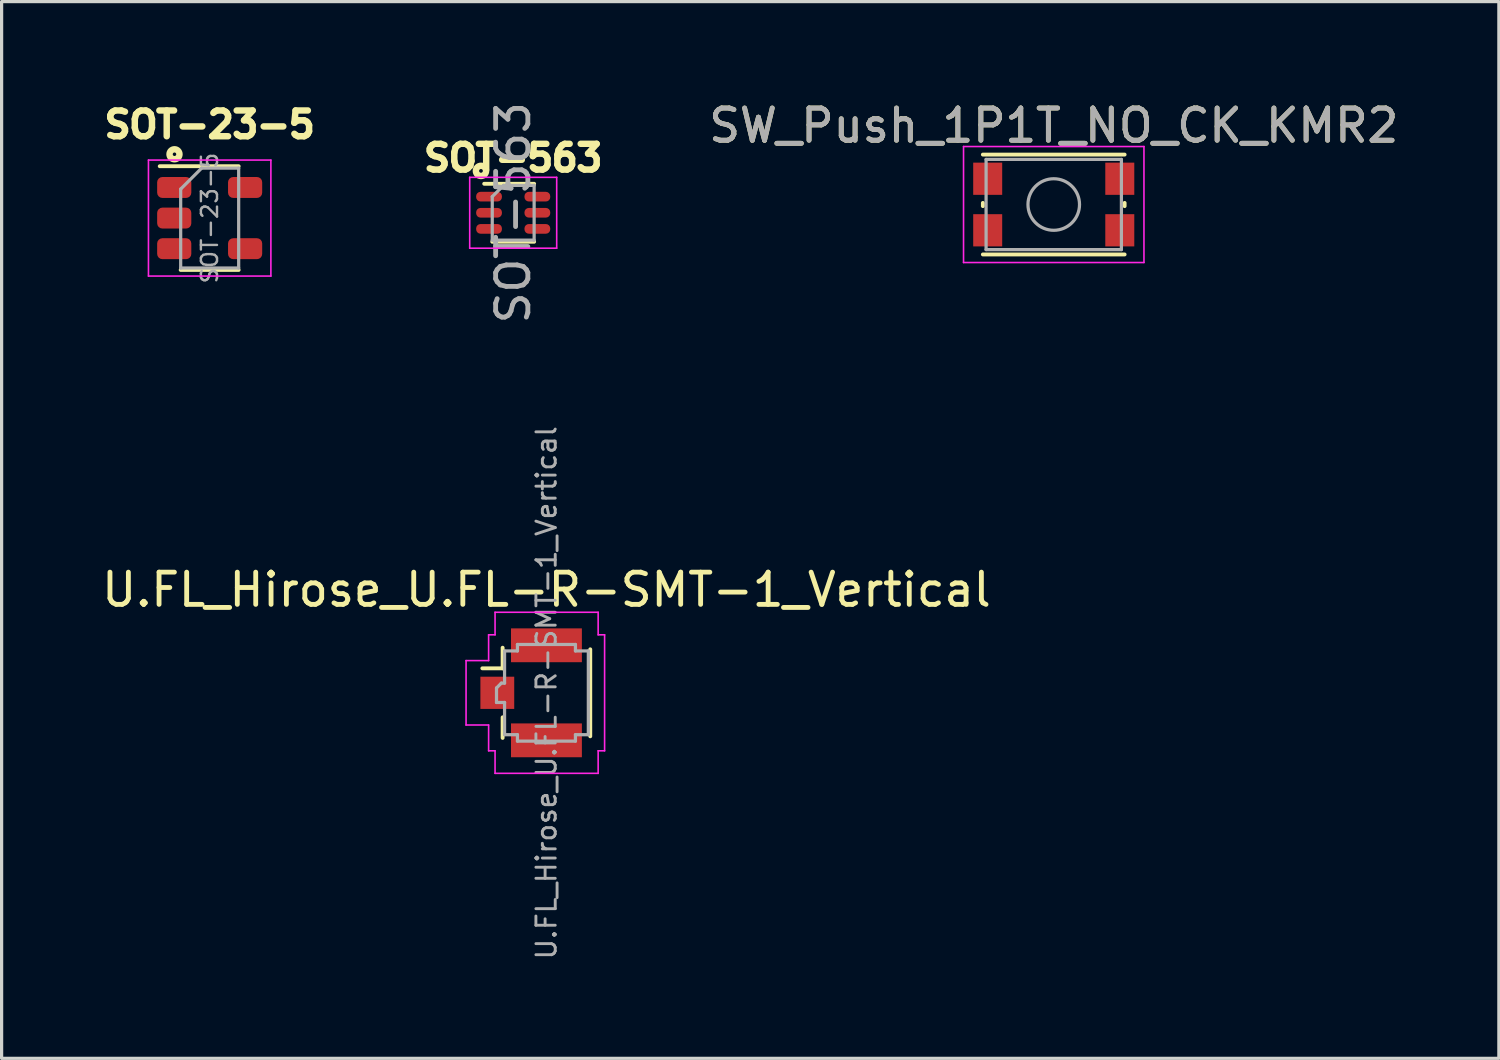
<source format=kicad_pcb>
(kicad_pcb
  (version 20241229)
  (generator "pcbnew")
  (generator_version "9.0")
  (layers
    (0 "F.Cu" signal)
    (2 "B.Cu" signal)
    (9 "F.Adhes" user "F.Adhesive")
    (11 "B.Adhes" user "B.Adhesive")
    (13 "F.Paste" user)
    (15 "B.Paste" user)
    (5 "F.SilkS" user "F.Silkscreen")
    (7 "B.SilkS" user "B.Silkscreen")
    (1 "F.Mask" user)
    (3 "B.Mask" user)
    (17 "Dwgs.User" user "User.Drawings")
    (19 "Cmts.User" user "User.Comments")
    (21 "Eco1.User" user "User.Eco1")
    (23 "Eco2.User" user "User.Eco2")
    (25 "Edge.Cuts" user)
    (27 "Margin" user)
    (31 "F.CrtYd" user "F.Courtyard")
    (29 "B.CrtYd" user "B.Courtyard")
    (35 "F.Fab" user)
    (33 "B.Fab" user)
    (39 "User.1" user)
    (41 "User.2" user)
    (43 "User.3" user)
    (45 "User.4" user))
  (footprint "SW_Push_1P1T_NO_CK_KMR2"
    (layer "F.Cu")
    (at 29.657 3.298)
    (property "Reference" "SW_Push_1P1T_NO_CK_KMR2" (at 0 -2.45 0) (layer "F.SilkS") (effects (font (size 1 1) (thickness 0.15))))
    (attr smd)
    (fp_line (start -2.2 0.05) (end -2.2 -0.05) (stroke (width 0.12) (type solid)) (layer "F.SilkS"))
    (fp_line (start -2.2 1.55) (end 2.2 1.55) (stroke (width 0.12) (type solid)) (layer "F.SilkS"))
    (fp_line (start 2.2 -1.55) (end -2.2 -1.55) (stroke (width 0.12) (type solid)) (layer "F.SilkS"))
    (fp_line (start 2.2 0.05) (end 2.2 -0.05) (stroke (width 0.12) (type solid)) (layer "F.SilkS"))
    (fp_line (start -2.8 -1.8) (end 2.8 -1.8) (stroke (width 0.05) (type solid)) (layer "F.CrtYd"))
    (fp_line (start -2.8 1.8) (end -2.8 -1.8) (stroke (width 0.05) (type solid)) (layer "F.CrtYd"))
    (fp_line (start 2.8 -1.8) (end 2.8 1.8) (stroke (width 0.05) (type solid)) (layer "F.CrtYd"))
    (fp_line (start 2.8 1.8) (end -2.8 1.8) (stroke (width 0.05) (type solid)) (layer "F.CrtYd"))
    (fp_line (start -2.1 -1.4) (end 2.1 -1.4) (stroke (width 0.1) (type solid)) (layer "F.Fab"))
    (fp_line (start -2.1 1.4) (end -2.1 -1.4) (stroke (width 0.1) (type solid)) (layer "F.Fab"))
    (fp_line (start 2.1 -1.4) (end 2.1 1.4) (stroke (width 0.1) (type solid)) (layer "F.Fab"))
    (fp_line (start 2.1 1.4) (end -2.1 1.4) (stroke (width 0.1) (type solid)) (layer "F.Fab"))
    (fp_circle (center 0 0) (end 0 0.8) (stroke (width 0.1) (type solid)) (fill no) (layer "F.Fab"))
    (fp_text user "${REFERENCE}" (at 0 -2.45 0) (layer "F.Fab") (effects (font (size 1 1) (thickness 0.15))))
    (pad "1" smd rect (at -2.05 -0.8) (size 0.9 1) (layers "F.Cu" "F.Mask" "F.Paste"))
    (pad "1" smd rect (at 2.05 -0.8) (size 0.9 1) (layers "F.Cu" "F.Mask" "F.Paste"))
    (pad "2" smd rect (at -2.05 0.8) (size 0.9 1) (layers "F.Cu" "F.Mask" "F.Paste"))
    (pad "2" smd rect (at 2.05 0.8) (size 0.9 1) (layers "F.Cu" "F.Mask" "F.Paste")))
  (footprint "U.FL_Hirose_U.FL-R-SMT-1_Vertical"
    (layer "F.Cu")
    (at 13.436 18.454)
    (property "Reference" "U.FL_Hirose_U.FL-R-SMT-1_Vertical" (at 0.475 -3.2 0) (layer "F.SilkS") (effects (font (size 1 1) (thickness 0.15))))
    (attr smd)
    (fp_line (start -0.885 -1.4) (end -0.885 -0.76) (stroke (width 0.12) (type solid)) (layer "F.SilkS"))
    (fp_line (start -0.885 -0.76) (end -1.515 -0.76) (stroke (width 0.12) (type solid)) (layer "F.SilkS"))
    (fp_line (start -0.885 1.4) (end -0.885 0.76) (stroke (width 0.12) (type solid)) (layer "F.SilkS"))
    (fp_line (start 1.835 -1.35) (end 1.835 1.35) (stroke (width 0.12) (type solid)) (layer "F.SilkS"))
    (fp_line (start -2.02 1) (end -2.02 -1) (stroke (width 0.05) (type solid)) (layer "F.CrtYd"))
    (fp_line (start -1.32 -1.8) (end -1.12 -1.8) (stroke (width 0.05) (type solid)) (layer "F.CrtYd"))
    (fp_line (start -1.32 -1) (end -2.02 -1) (stroke (width 0.05) (type solid)) (layer "F.CrtYd"))
    (fp_line (start -1.32 -1) (end -1.32 -1.8) (stroke (width 0.05) (type solid)) (layer "F.CrtYd"))
    (fp_line (start -1.32 1) (end -2.02 1) (stroke (width 0.05) (type solid)) (layer "F.CrtYd"))
    (fp_line (start -1.32 1.8) (end -1.32 1) (stroke (width 0.05) (type solid)) (layer "F.CrtYd"))
    (fp_line (start -1.32 1.8) (end -1.12 1.8) (stroke (width 0.05) (type solid)) (layer "F.CrtYd"))
    (fp_line (start -1.12 -1.8) (end -1.12 -2.5) (stroke (width 0.05) (type solid)) (layer "F.CrtYd"))
    (fp_line (start -1.12 2.5) (end -1.12 1.8) (stroke (width 0.05) (type solid)) (layer "F.CrtYd"))
    (fp_line (start 2.08 -2.5) (end -1.12 -2.5) (stroke (width 0.05) (type solid)) (layer "F.CrtYd"))
    (fp_line (start 2.08 -1.8) (end 2.08 -2.5) (stroke (width 0.05) (type solid)) (layer "F.CrtYd"))
    (fp_line (start 2.08 -1.8) (end 2.28 -1.8) (stroke (width 0.05) (type solid)) (layer "F.CrtYd"))
    (fp_line (start 2.08 1.8) (end 2.28 1.8) (stroke (width 0.05) (type solid)) (layer "F.CrtYd"))
    (fp_line (start 2.08 2.5) (end -1.12 2.5) (stroke (width 0.05) (type solid)) (layer "F.CrtYd"))
    (fp_line (start 2.08 2.5) (end 2.08 1.8) (stroke (width 0.05) (type solid)) (layer "F.CrtYd"))
    (fp_line (start 2.28 1.8) (end 2.28 -1.8) (stroke (width 0.05) (type solid)) (layer "F.CrtYd"))
    (fp_line (start -1.075 0.3) (end -1.075 -0.15) (stroke (width 0.1) (type solid)) (layer "F.Fab"))
    (fp_line (start -1.075 0.3) (end -0.825 0.3) (stroke (width 0.1) (type solid)) (layer "F.Fab"))
    (fp_line (start -0.925 -0.3) (end -1.075 -0.15) (stroke (width 0.1) (type solid)) (layer "F.Fab"))
    (fp_line (start -0.925 -0.3) (end -0.825 -0.3) (stroke (width 0.1) (type solid)) (layer "F.Fab"))
    (fp_line (start -0.825 -0.3) (end -0.825 -1.3) (stroke (width 0.1) (type solid)) (layer "F.Fab"))
    (fp_line (start -0.825 0.3) (end -0.825 1.3) (stroke (width 0.1) (type solid)) (layer "F.Fab"))
    (fp_line (start -0.425 -1.5) (end -0.425 -1.3) (stroke (width 0.1) (type solid)) (layer "F.Fab"))
    (fp_line (start -0.425 -1.5) (end 1.375 -1.5) (stroke (width 0.1) (type solid)) (layer "F.Fab"))
    (fp_line (start -0.425 -1.3) (end -0.825 -1.3) (stroke (width 0.1) (type solid)) (layer "F.Fab"))
    (fp_line (start -0.425 1.3) (end -0.825 1.3) (stroke (width 0.1) (type solid)) (layer "F.Fab"))
    (fp_line (start -0.425 1.5) (end -0.425 1.3) (stroke (width 0.1) (type solid)) (layer "F.Fab"))
    (fp_line (start -0.425 1.5) (end 1.375 1.5) (stroke (width 0.1) (type solid)) (layer "F.Fab"))
    (fp_line (start 1.375 -1.5) (end 1.375 -1.3) (stroke (width 0.1) (type solid)) (layer "F.Fab"))
    (fp_line (start 1.375 1.5) (end 1.375 1.3) (stroke (width 0.1) (type solid)) (layer "F.Fab"))
    (fp_line (start 1.775 -1.3) (end 1.375 -1.3) (stroke (width 0.1) (type solid)) (layer "F.Fab"))
    (fp_line (start 1.775 -1.3) (end 1.775 1.3) (stroke (width 0.1) (type solid)) (layer "F.Fab"))
    (fp_line (start 1.775 1.3) (end 1.375 1.3) (stroke (width 0.1) (type solid)) (layer "F.Fab"))
    (fp_text user "${REFERENCE}" (at 0.475 0 90) (layer "F.Fab") (effects (font (size 0.6 0.6) (thickness 0.09))))
    (pad "1" smd rect (at -1.05 0) (size 1.05 1) (layers "F.Cu" "F.Mask" "F.Paste"))
    (pad "2" smd rect (at 0.475 -1.475) (size 2.2 1.05) (layers "F.Cu" "F.Mask" "F.Paste"))
    (pad "2" smd rect (at 0.475 1.475) (size 2.2 1.05) (layers "F.Cu" "F.Mask" "F.Paste")))
  (footprint "SOT-563"
    (layer "F.Cu")
    (at 12.879 3.554)
    (property "Reference" "SOT-563" (at 0 -1.7 0) (layer "F.SilkS") (effects (font (size 0.8 0.8) (thickness 0.2))))
    (attr smd)
    (fp_line (start -0.9 -0.9) (end 0.65 -0.9) (stroke (width 0.12) (type solid)) (layer "F.SilkS"))
    (fp_line (start 0.65 0.9) (end -0.65 0.9) (stroke (width 0.12) (type solid)) (layer "F.SilkS"))
    (fp_circle (center -1 -1.3) (end -0.842 -1.3) (stroke (width 0.2) (type solid)) (fill no) (layer "F.SilkS"))
    (fp_line (start -1.35 -1.1) (end -1.35 1.1) (stroke (width 0.05) (type solid)) (layer "F.CrtYd"))
    (fp_line (start -1.35 -1.1) (end 1.35 -1.1) (stroke (width 0.05) (type solid)) (layer "F.CrtYd"))
    (fp_line (start 1.35 1.1) (end -1.35 1.1) (stroke (width 0.05) (type solid)) (layer "F.CrtYd"))
    (fp_line (start 1.35 1.1) (end 1.35 -1.1) (stroke (width 0.05) (type solid)) (layer "F.CrtYd"))
    (fp_line (start -0.65 -0.5) (end -0.65 0.85) (stroke (width 0.1) (type solid)) (layer "F.Fab"))
    (fp_line (start -0.65 -0.5) (end -0.3 -0.85) (stroke (width 0.1) (type solid)) (layer "F.Fab"))
    (fp_line (start -0.65 0.85) (end 0.65 0.85) (stroke (width 0.1) (type solid)) (layer "F.Fab"))
    (fp_line (start 0.65 -0.85) (end -0.3 -0.85) (stroke (width 0.1) (type solid)) (layer "F.Fab"))
    (fp_line (start 0.65 0.85) (end 0.65 -0.85) (stroke (width 0.1) (type solid)) (layer "F.Fab"))
    (fp_text user "${REFERENCE}" (at 0 0 90) (layer "F.Fab") (effects (font (size 1 1) (thickness 0.15))))
    (pad "1" smd roundrect (at -0.75 -0.5) (size 0.8 0.3) (layers "F.Cu" "F.Mask" "F.Paste") (roundrect_rratio 0.45))
    (pad "2" smd roundrect (at -0.75 0) (size 0.8 0.3) (layers "F.Cu" "F.Mask" "F.Paste") (roundrect_rratio 0.45))
    (pad "3" smd roundrect (at -0.75 0.5) (size 0.8 0.3) (layers "F.Cu" "F.Mask" "F.Paste") (roundrect_rratio 0.45))
    (pad "4" smd roundrect (at 0.75 0.5) (size 0.8 0.3) (layers "F.Cu" "F.Mask" "F.Paste") (roundrect_rratio 0.45))
    (pad "5" smd roundrect (at 0.75 0) (size 0.8 0.3) (layers "F.Cu" "F.Mask" "F.Paste") (roundrect_rratio 0.45))
    (pad "6" smd roundrect (at 0.75 -0.5) (size 0.8 0.3) (layers "F.Cu" "F.Mask" "F.Paste") (roundrect_rratio 0.45)))
  (footprint "SOT-23-5"
    (layer "F.Cu")
    (at 3.458 3.719)
    (property "Reference" "SOT-23-5" (at 0 -2.9 180) (layer "F.SilkS") (effects (font (size 0.8 0.8) (thickness 0.2))))
    (attr smd)
    (fp_line (start -0.9 1.61) (end 0.9 1.61) (stroke (width 0.12) (type solid)) (layer "F.SilkS"))
    (fp_line (start 0.9 -1.61) (end -1.55 -1.61) (stroke (width 0.12) (type solid)) (layer "F.SilkS"))
    (fp_circle (center -1.092 -1.981) (end -0.94 -2.007) (stroke (width 0.2) (type solid)) (fill no) (layer "F.SilkS"))
    (fp_line (start -1.9 -1.8) (end 1.9 -1.8) (stroke (width 0.05) (type solid)) (layer "F.CrtYd"))
    (fp_line (start -1.9 1.8) (end -1.9 -1.8) (stroke (width 0.05) (type solid)) (layer "F.CrtYd"))
    (fp_line (start 1.9 -1.8) (end 1.9 1.8) (stroke (width 0.05) (type solid)) (layer "F.CrtYd"))
    (fp_line (start 1.9 1.8) (end -1.9 1.8) (stroke (width 0.05) (type solid)) (layer "F.CrtYd"))
    (fp_line (start -0.9 -0.9) (end -0.9 1.55) (stroke (width 0.1) (type solid)) (layer "F.Fab"))
    (fp_line (start -0.9 -0.9) (end -0.25 -1.55) (stroke (width 0.1) (type solid)) (layer "F.Fab"))
    (fp_line (start 0.9 -1.55) (end -0.25 -1.55) (stroke (width 0.1) (type solid)) (layer "F.Fab"))
    (fp_line (start 0.9 -1.55) (end 0.9 1.55) (stroke (width 0.1) (type solid)) (layer "F.Fab"))
    (fp_line (start 0.9 1.55) (end -0.9 1.55) (stroke (width 0.1) (type solid)) (layer "F.Fab"))
    (fp_text user "${REFERENCE}" (at 0 0 270) (layer "F.Fab") (effects (font (size 0.5 0.5) (thickness 0.075))))
    (pad "1" smd roundrect (at -1.1 -0.95) (size 1.06 0.65) (layers "F.Cu" "F.Mask" "F.Paste") (roundrect_rratio 0.25))
    (pad "2" smd roundrect (at -1.1 0) (size 1.06 0.65) (layers "F.Cu" "F.Mask" "F.Paste") (roundrect_rratio 0.25))
    (pad "3" smd roundrect (at -1.1 0.95) (size 1.06 0.65) (layers "F.Cu" "F.Mask" "F.Paste") (roundrect_rratio 0.25))
    (pad "4" smd roundrect (at 1.1 0.95) (size 1.06 0.65) (layers "F.Cu" "F.Mask" "F.Paste") (roundrect_rratio 0.25))
    (pad "5" smd roundrect (at 1.1 -0.95) (size 1.06 0.65) (layers "F.Cu" "F.Mask" "F.Paste") (roundrect_rratio 0.25)))
  (gr_rect
    (start -3 -3)
    (end 43.473 29.8)
    (stroke (width 0.1) (type default))
    (fill no)
    (layer "Edge.Cuts")))
</source>
